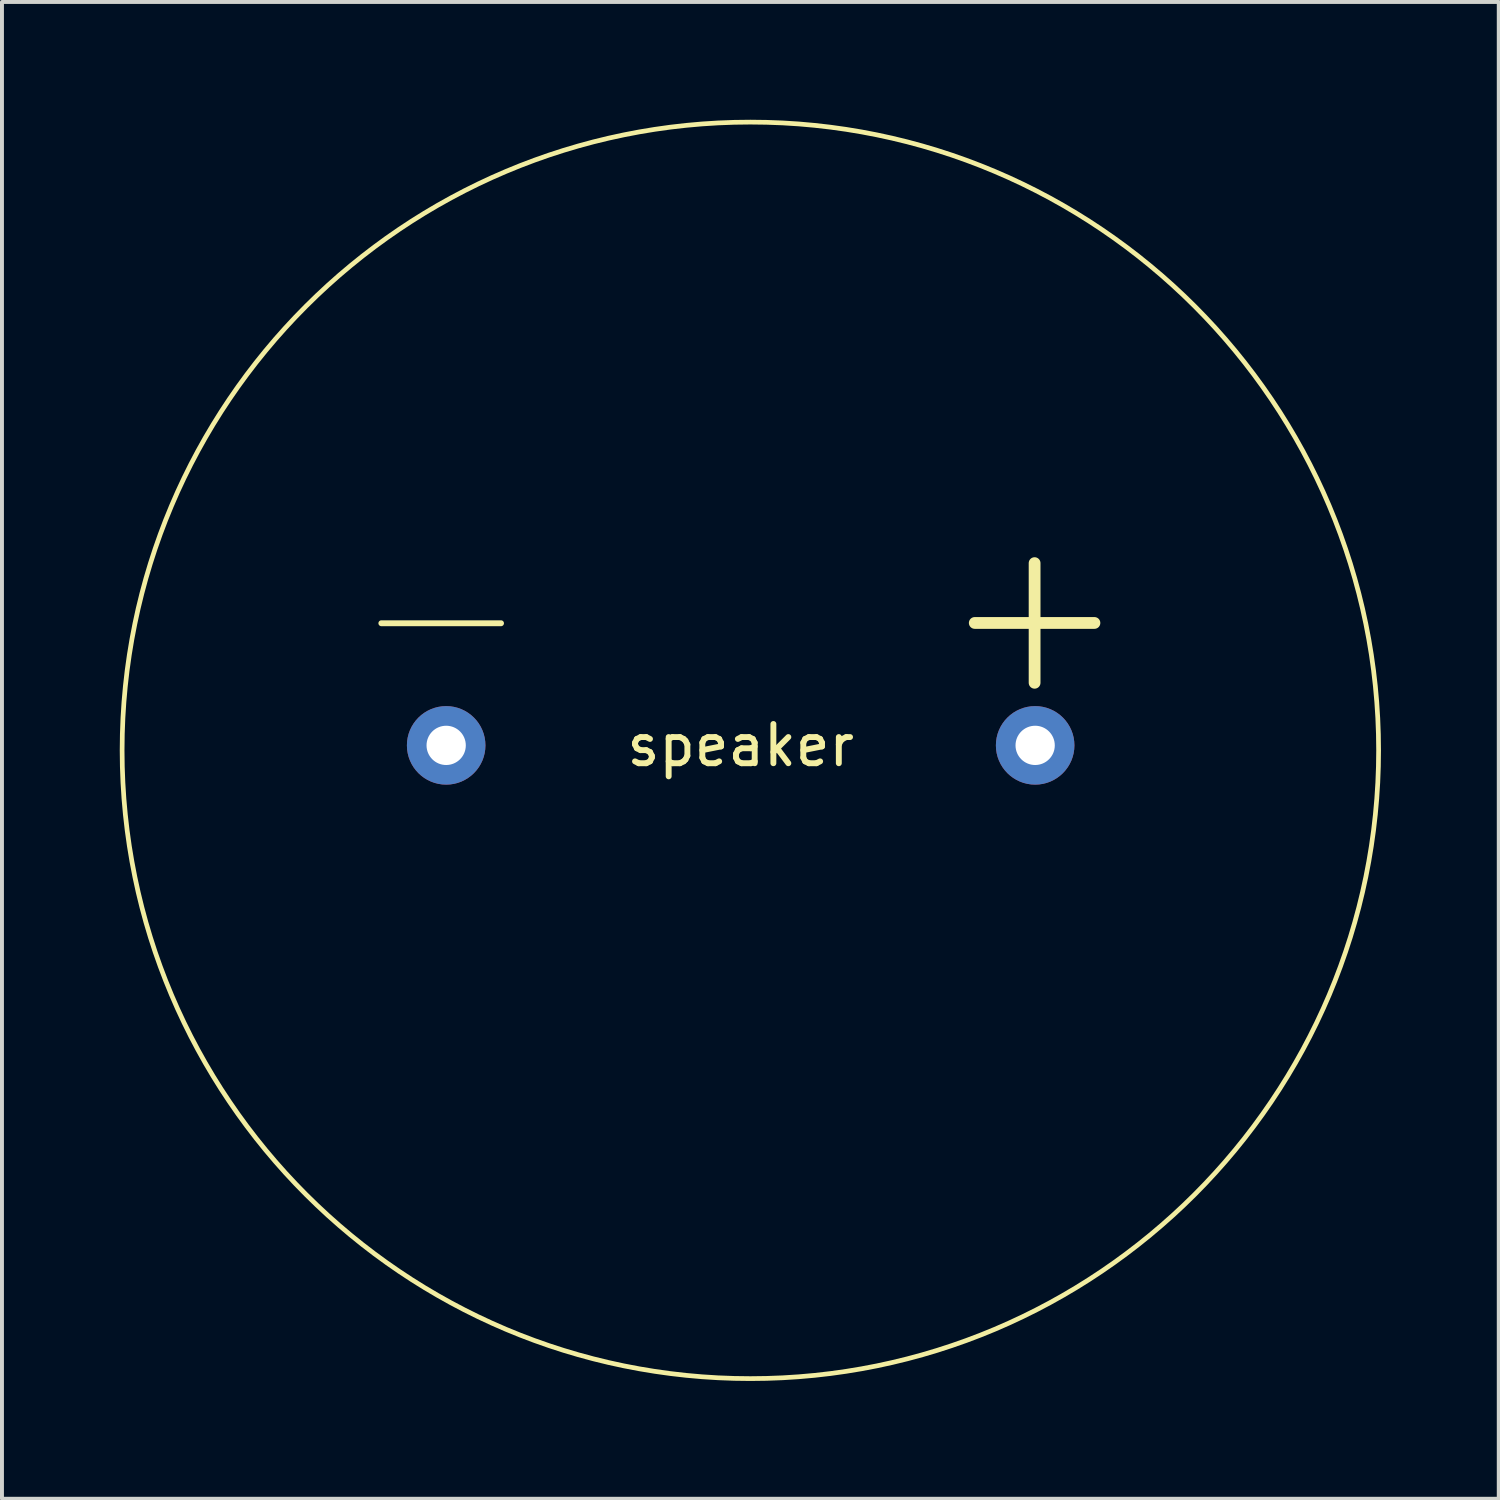
<source format=kicad_pcb>
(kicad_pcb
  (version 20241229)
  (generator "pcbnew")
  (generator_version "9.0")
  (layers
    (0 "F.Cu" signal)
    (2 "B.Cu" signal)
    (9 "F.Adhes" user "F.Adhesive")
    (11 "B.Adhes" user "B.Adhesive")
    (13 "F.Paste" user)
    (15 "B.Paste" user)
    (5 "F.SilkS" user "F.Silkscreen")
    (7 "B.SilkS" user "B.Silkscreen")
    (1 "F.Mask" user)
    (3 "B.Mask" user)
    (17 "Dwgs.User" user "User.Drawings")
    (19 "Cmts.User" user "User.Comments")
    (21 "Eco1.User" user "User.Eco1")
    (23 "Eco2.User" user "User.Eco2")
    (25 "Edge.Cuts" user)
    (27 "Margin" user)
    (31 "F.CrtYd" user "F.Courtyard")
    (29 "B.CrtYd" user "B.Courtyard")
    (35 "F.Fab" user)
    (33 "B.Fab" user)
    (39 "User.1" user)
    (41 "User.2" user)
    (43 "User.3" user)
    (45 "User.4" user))
  (footprint "speaker"
    (layer "F.Cu")
    (at 8.313 15.933)
    (property "Reference" "speaker" (at 7.5 0 0) (layer "F.SilkS") (effects (font (size 1 1) (thickness 0.15))))
    (attr through_hole)
    (fp_circle (center 7.747 0.127) (end 23.747 0.127) (stroke (width 0.12) (type solid)) (fill no) (layer "F.SilkS"))
    (fp_text user "+" (at 14.986 -3.429 0) (layer "F.SilkS") (effects (font (size 4 4) (thickness 0.3))))
    (fp_text user "-" (at -0.127 -3.429 0) (layer "F.SilkS") (effects (font (size 4 4) (thickness 0.15))))
    (pad "1" thru_hole circle (at 0 0) (size 2 2) (drill 1) (layers "*.Cu" "*.Mask"))
    (pad "2" thru_hole circle (at 15 0) (size 2 2) (drill 1) (layers "*.Cu" "*.Mask")))
  (gr_rect
    (start -3 -3)
    (end 35.12 35.12)
    (stroke (width 0.1) (type default))
    (fill no)
    (layer "Edge.Cuts")))
</source>
